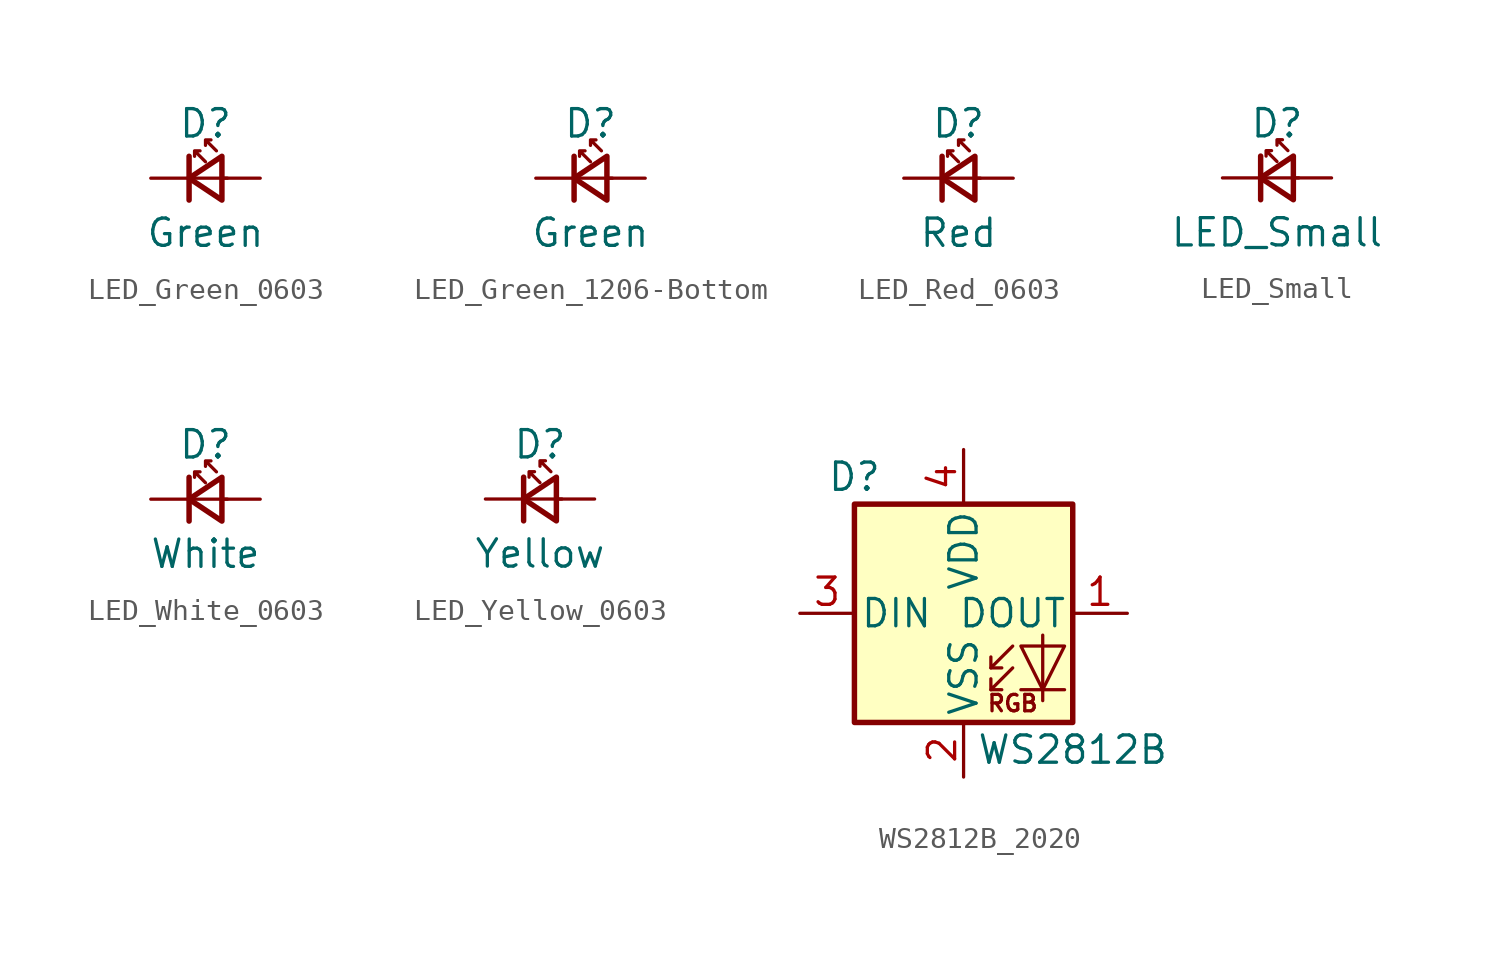
<source format=kicad_sym>
(kicad_symbol_lib
  (version 20231120)
  (generator "kicad_symbol_editor")
  (generator_version "8.0")
  (symbol "LED_Green_0603"
    (pin_numbers hide)
    (pin_names
      (offset 1.016) hide)
    (property "Reference" "D"
      (at 0 2.54 0)
      (effects (font (size 1.27 1.27))))
    (property "Value" "Green"
      (at 0 -2.54 0)
      (effects (font (size 1.27 1.27))))
    (symbol "LED_Green_0603_0_1"
      (polyline (pts (xy -0.762 -1.016) (xy -0.762 1.016)) (stroke (width 0.254) (type default)) (fill (type none)))
      (polyline (pts (xy 1.016 0) (xy -0.762 0)) (stroke (width 0) (type default)) (fill (type none)))
      (polyline (pts (xy 0.762 -1.016) (xy -0.762 0) (xy 0.762 1.016) (xy 0.762 -1.016)) (stroke (width 0.254) (type default)) (fill (type none)))
      (polyline (pts (xy 0 0.762) (xy -0.508 1.27) (xy -0.254 1.27) (xy -0.508 1.27) (xy -0.508 1.016)) (stroke (width 0) (type default)) (fill (type none)))
      (polyline (pts (xy 0.508 1.27) (xy 0 1.778) (xy 0.254 1.778) (xy 0 1.778) (xy 0 1.524)) (stroke (width 0) (type default)) (fill (type none))))
    (symbol "LED_Green_0603_1_1"
      (pin passive line (at -2.54 0 0) (length 1.778) (name "K" (effects (font (size 1.27 1.27)))) (number "1" (effects (font (size 1.27 1.27)))))
      (pin passive line (at 2.54 0 180) (length 1.778) (name "A" (effects (font (size 1.27 1.27)))) (number "2" (effects (font (size 1.27 1.27)))))))
  (symbol "LED_Green_1206-Bottom"
    (pin_numbers hide)
    (pin_names
      (offset 1.016) hide)
    (property "Reference" "D"
      (at 0 2.54 0)
      (effects (font (size 1.27 1.27))))
    (property "Value" "Green"
      (at 0 -2.54 0)
      (effects (font (size 1.27 1.27))))
    (symbol "LED_Green_1206-Bottom_0_1"
      (polyline (pts (xy -0.762 -1.016) (xy -0.762 1.016)) (stroke (width 0.254) (type default)) (fill (type none)))
      (polyline (pts (xy 1.016 0) (xy -0.762 0)) (stroke (width 0) (type default)) (fill (type none)))
      (polyline (pts (xy 0.762 -1.016) (xy -0.762 0) (xy 0.762 1.016) (xy 0.762 -1.016)) (stroke (width 0.254) (type default)) (fill (type none)))
      (polyline (pts (xy 0 0.762) (xy -0.508 1.27) (xy -0.254 1.27) (xy -0.508 1.27) (xy -0.508 1.016)) (stroke (width 0) (type default)) (fill (type none)))
      (polyline (pts (xy 0.508 1.27) (xy 0 1.778) (xy 0.254 1.778) (xy 0 1.778) (xy 0 1.524)) (stroke (width 0) (type default)) (fill (type none))))
    (symbol "LED_Green_1206-Bottom_1_1"
      (pin passive line (at -2.54 0 0) (length 1.778) (name "K" (effects (font (size 1.27 1.27)))) (number "1" (effects (font (size 1.27 1.27)))))
      (pin passive line (at 2.54 0 180) (length 1.778) (name "A" (effects (font (size 1.27 1.27)))) (number "2" (effects (font (size 1.27 1.27)))))))
  (symbol "LED_Red_0603"
    (pin_numbers hide)
    (pin_names
      (offset 1.016) hide)
    (property "Reference" "D"
      (at 0 2.54 0)
      (effects (font (size 1.27 1.27))))
    (property "Value" "Red"
      (at 0 -2.54 0)
      (effects (font (size 1.27 1.27))))
    (symbol "LED_Red_0603_0_1"
      (polyline (pts (xy -0.762 -1.016) (xy -0.762 1.016)) (stroke (width 0.254) (type default)) (fill (type none)))
      (polyline (pts (xy 1.016 0) (xy -0.762 0)) (stroke (width 0) (type default)) (fill (type none)))
      (polyline (pts (xy 0.762 -1.016) (xy -0.762 0) (xy 0.762 1.016) (xy 0.762 -1.016)) (stroke (width 0.254) (type default)) (fill (type none)))
      (polyline (pts (xy 0 0.762) (xy -0.508 1.27) (xy -0.254 1.27) (xy -0.508 1.27) (xy -0.508 1.016)) (stroke (width 0) (type default)) (fill (type none)))
      (polyline (pts (xy 0.508 1.27) (xy 0 1.778) (xy 0.254 1.778) (xy 0 1.778) (xy 0 1.524)) (stroke (width 0) (type default)) (fill (type none))))
    (symbol "LED_Red_0603_1_1"
      (pin passive line (at -2.54 0 0) (length 1.778) (name "K" (effects (font (size 1.27 1.27)))) (number "1" (effects (font (size 1.27 1.27)))))
      (pin passive line (at 2.54 0 180) (length 1.778) (name "A" (effects (font (size 1.27 1.27)))) (number "2" (effects (font (size 1.27 1.27)))))))
  (symbol "LED_Small"
    (pin_numbers hide)
    (pin_names
      (offset 1.016) hide)
    (property "Reference" "D"
      (at 0 2.54 0)
      (effects (font (size 1.27 1.27))))
    (property "Value" "LED_Small"
      (at 0 -2.54 0)
      (effects (font (size 1.27 1.27))))
    (symbol "LED_Small_0_1"
      (polyline (pts (xy -0.762 -1.016) (xy -0.762 1.016)) (stroke (width 0.254) (type default)) (fill (type none)))
      (polyline (pts (xy 1.016 0) (xy -0.762 0)) (stroke (width 0) (type default)) (fill (type none)))
      (polyline (pts (xy 0.762 -1.016) (xy -0.762 0) (xy 0.762 1.016) (xy 0.762 -1.016)) (stroke (width 0.254) (type default)) (fill (type none)))
      (polyline (pts (xy 0 0.762) (xy -0.508 1.27) (xy -0.254 1.27) (xy -0.508 1.27) (xy -0.508 1.016)) (stroke (width 0) (type default)) (fill (type none)))
      (polyline (pts (xy 0.508 1.27) (xy 0 1.778) (xy 0.254 1.778) (xy 0 1.778) (xy 0 1.524)) (stroke (width 0) (type default)) (fill (type none))))
    (symbol "LED_Small_1_1"
      (pin passive line (at -2.54 0 0) (length 1.778) (name "K" (effects (font (size 1.27 1.27)))) (number "1" (effects (font (size 1.27 1.27)))))
      (pin passive line (at 2.54 0 180) (length 1.778) (name "A" (effects (font (size 1.27 1.27)))) (number "2" (effects (font (size 1.27 1.27)))))))
  (symbol "LED_White_0603"
    (pin_numbers hide)
    (pin_names
      (offset 1.016) hide)
    (property "Reference" "D"
      (at 0 2.54 0)
      (effects (font (size 1.27 1.27))))
    (property "Value" "White"
      (at 0 -2.54 0)
      (effects (font (size 1.27 1.27))))
    (symbol "LED_White_0603_0_1"
      (polyline (pts (xy -0.762 -1.016) (xy -0.762 1.016)) (stroke (width 0.254) (type default)) (fill (type none)))
      (polyline (pts (xy 1.016 0) (xy -0.762 0)) (stroke (width 0) (type default)) (fill (type none)))
      (polyline (pts (xy 0.762 -1.016) (xy -0.762 0) (xy 0.762 1.016) (xy 0.762 -1.016)) (stroke (width 0.254) (type default)) (fill (type none)))
      (polyline (pts (xy 0 0.762) (xy -0.508 1.27) (xy -0.254 1.27) (xy -0.508 1.27) (xy -0.508 1.016)) (stroke (width 0) (type default)) (fill (type none)))
      (polyline (pts (xy 0.508 1.27) (xy 0 1.778) (xy 0.254 1.778) (xy 0 1.778) (xy 0 1.524)) (stroke (width 0) (type default)) (fill (type none))))
    (symbol "LED_White_0603_1_1"
      (pin passive line (at -2.54 0 0) (length 1.778) (name "K" (effects (font (size 1.27 1.27)))) (number "1" (effects (font (size 1.27 1.27)))))
      (pin passive line (at 2.54 0 180) (length 1.778) (name "A" (effects (font (size 1.27 1.27)))) (number "2" (effects (font (size 1.27 1.27)))))))
  (symbol "LED_Yellow_0603"
    (pin_numbers hide)
    (pin_names
      (offset 1.016) hide)
    (property "Reference" "D"
      (at 0 2.54 0)
      (effects (font (size 1.27 1.27))))
    (property "Value" "Yellow"
      (at 0 -2.54 0)
      (effects (font (size 1.27 1.27))))
    (symbol "LED_Yellow_0603_0_1"
      (polyline (pts (xy -0.762 -1.016) (xy -0.762 1.016)) (stroke (width 0.254) (type default)) (fill (type none)))
      (polyline (pts (xy 1.016 0) (xy -0.762 0)) (stroke (width 0) (type default)) (fill (type none)))
      (polyline (pts (xy 0.762 -1.016) (xy -0.762 0) (xy 0.762 1.016) (xy 0.762 -1.016)) (stroke (width 0.254) (type default)) (fill (type none)))
      (polyline (pts (xy 0 0.762) (xy -0.508 1.27) (xy -0.254 1.27) (xy -0.508 1.27) (xy -0.508 1.016)) (stroke (width 0) (type default)) (fill (type none)))
      (polyline (pts (xy 0.508 1.27) (xy 0 1.778) (xy 0.254 1.778) (xy 0 1.778) (xy 0 1.524)) (stroke (width 0) (type default)) (fill (type none))))
    (symbol "LED_Yellow_0603_1_1"
      (pin passive line (at -2.54 0 0) (length 1.778) (name "K" (effects (font (size 1.27 1.27)))) (number "1" (effects (font (size 1.27 1.27)))))
      (pin passive line (at 2.54 0 180) (length 1.778) (name "A" (effects (font (size 1.27 1.27)))) (number "2" (effects (font (size 1.27 1.27)))))))
  (symbol "WS2812B_2020"
    (pin_names
      (offset 0.254))
    (property "Reference" "D"
      (at -5.08 6.35 0)
      (effects (font (size 1.27 1.27))))
    (property "Value" "WS2812B"
      (at 5.08 -6.35 0)
      (do_not_autoplace)
      (effects (font (size 1.27 1.27))))
    (symbol "WS2812B_2020_0_0"
      (text "RGB" (at 2.286 -4.191 0) (effects (font (size 0.762 0.762)))))
    (symbol "WS2812B_2020_0_1"
      (polyline (pts (xy 1.27 -3.556) (xy 1.778 -3.556)) (stroke (width 0) (type default)) (fill (type none)))
      (polyline (pts (xy 1.27 -2.54) (xy 1.778 -2.54)) (stroke (width 0) (type default)) (fill (type none)))
      (polyline (pts (xy 4.699 -3.556) (xy 2.667 -3.556)) (stroke (width 0) (type default)) (fill (type none)))
      (polyline (pts (xy 2.286 -2.54) (xy 1.27 -3.556) (xy 1.27 -3.048)) (stroke (width 0) (type default)) (fill (type none)))
      (polyline (pts (xy 2.286 -1.524) (xy 1.27 -2.54) (xy 1.27 -2.032)) (stroke (width 0) (type default)) (fill (type none)))
      (polyline (pts (xy 3.683 -1.016) (xy 3.683 -3.556) (xy 3.683 -4.064)) (stroke (width 0) (type default)) (fill (type none)))
      (polyline (pts (xy 4.699 -1.524) (xy 2.667 -1.524) (xy 3.683 -3.556) (xy 4.699 -1.524)) (stroke (width 0) (type default)) (fill (type none)))
      (rectangle (start 5.08 5.08) (end -5.08 -5.08) (stroke (width 0.254) (type default)) (fill (type background))))
    (symbol "WS2812B_2020_1_1"
      (pin output line (at 7.62 0 180) (length 2.54) (name "DOUT" (effects (font (size 1.27 1.27)))) (number "1" (effects (font (size 1.27 1.27)))))
      (pin power_in line (at 0 -7.62 90) (length 2.54) (name "VSS" (effects (font (size 1.27 1.27)))) (number "2" (effects (font (size 1.27 1.27)))))
      (pin input line (at -7.62 0 0) (length 2.54) (name "DIN" (effects (font (size 1.27 1.27)))) (number "3" (effects (font (size 1.27 1.27)))))
      (pin power_in line (at 0 7.62 270) (length 2.54) (name "VDD" (effects (font (size 1.27 1.27)))) (number "4" (effects (font (size 1.27 1.27))))))))
</source>
